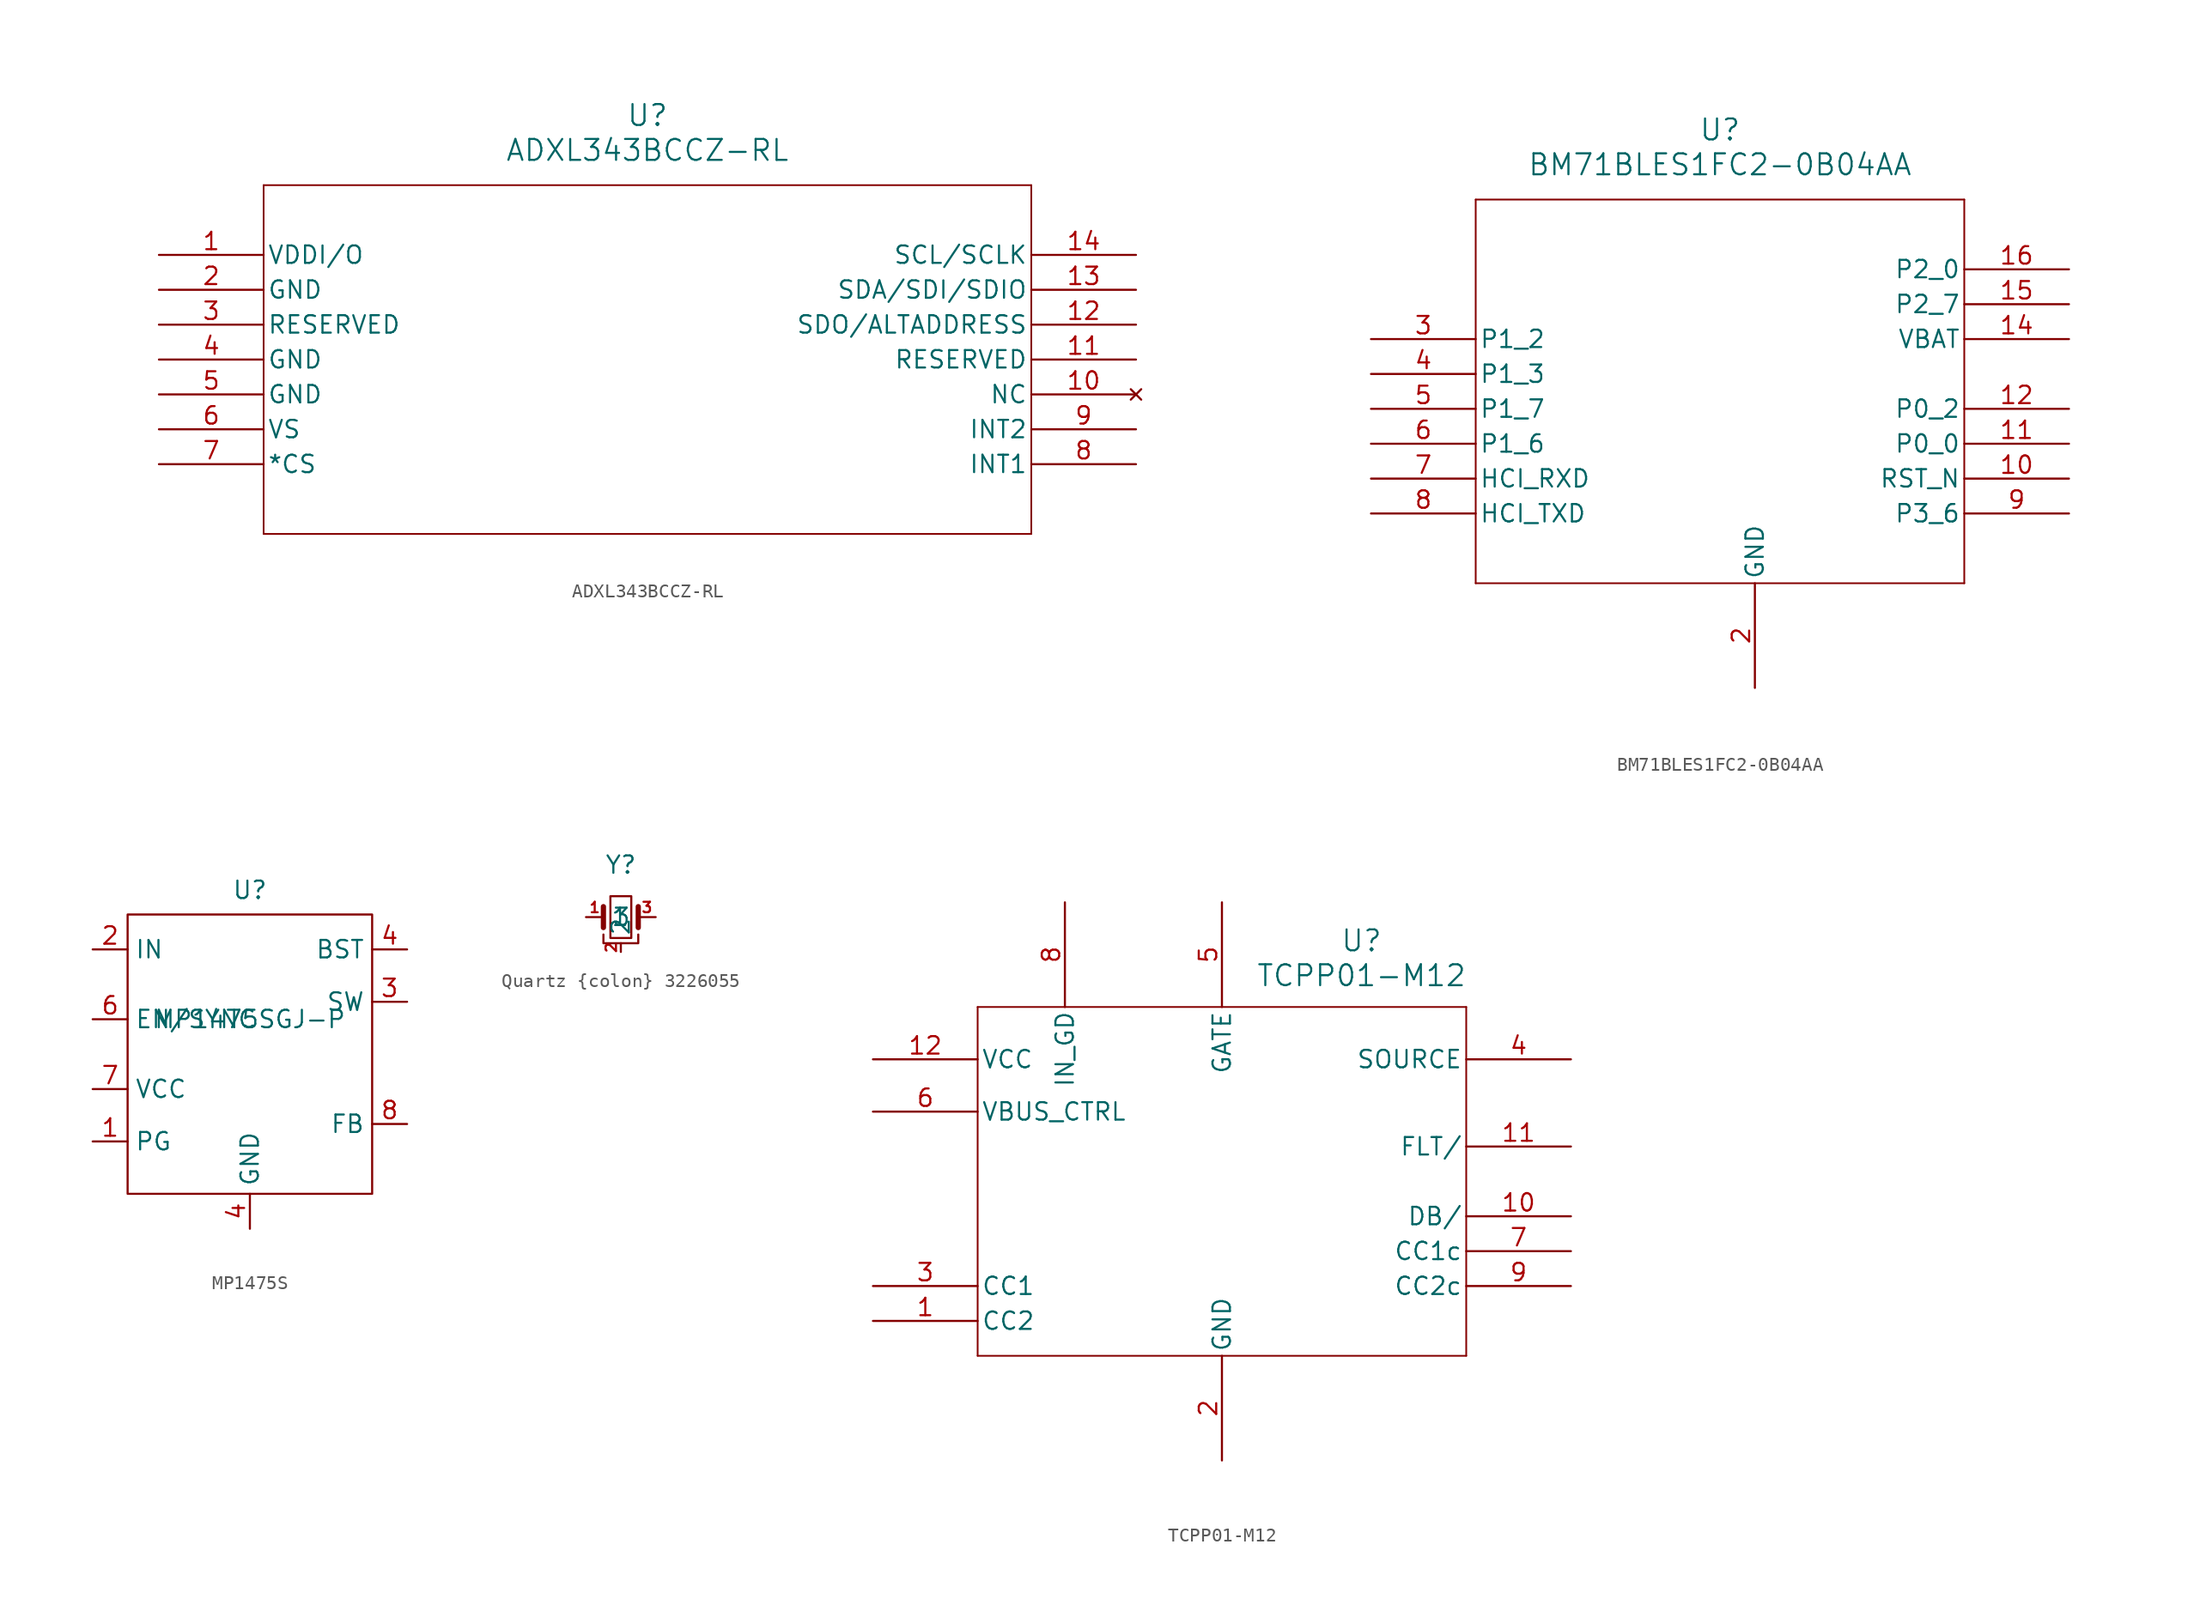
<source format=kicad_sym>
(kicad_symbol_lib
  (version 20241209)
  (generator "kicad_symbol_editor")
  (generator_version "9.0")
  (symbol "ADXL343BCCZ-RL"
    (pin_names
      (offset 0.254))
    (property "Reference" "U"
      (at 0 17.78 0)
      (effects (font (size 1.524 1.524))))
    (property "Value" "ADXL343BCCZ-RL"
      (at 0 15.24 0)
      (effects (font (size 1.524 1.524))))
    (property "ki_locked" ""
      (at 0 0 0)
      (effects (font (size 1.27 1.27))))
    (symbol "ADXL343BCCZ-RL_0_1"
      (polyline (pts (xy -27.94 12.7) (xy -27.94 -12.7)) (stroke (width 0.127) (type default)) (fill (type none)))
      (polyline (pts (xy -27.94 -12.7) (xy 27.94 -12.7)) (stroke (width 0.127) (type default)) (fill (type none)))
      (polyline (pts (xy 27.94 12.7) (xy -27.94 12.7)) (stroke (width 0.127) (type default)) (fill (type none)))
      (polyline (pts (xy 27.94 -12.7) (xy 27.94 12.7)) (stroke (width 0.127) (type default)) (fill (type none)))
      (pin power_in line (at -35.56 7.62 0) (length 7.62) (name "VDDI/O" (effects (font (size 1.27 1.27)))) (number "1" (effects (font (size 1.27 1.27)))))
      (pin power_out line (at -35.56 5.08 0) (length 7.62) (name "GND" (effects (font (size 1.27 1.27)))) (number "2" (effects (font (size 1.27 1.27)))))
      (pin unspecified line (at -35.56 2.54 0) (length 7.62) (name "RESERVED" (effects (font (size 1.27 1.27)))) (number "3" (effects (font (size 1.27 1.27)))))
      (pin power_out line (at -35.56 0 0) (length 7.62) (name "GND" (effects (font (size 1.27 1.27)))) (number "4" (effects (font (size 1.27 1.27)))))
      (pin power_out line (at -35.56 -2.54 0) (length 7.62) (name "GND" (effects (font (size 1.27 1.27)))) (number "5" (effects (font (size 1.27 1.27)))))
      (pin unspecified line (at -35.56 -5.08 0) (length 7.62) (name "VS" (effects (font (size 1.27 1.27)))) (number "6" (effects (font (size 1.27 1.27)))))
      (pin unspecified line (at -35.56 -7.62 0) (length 7.62) (name "*CS" (effects (font (size 1.27 1.27)))) (number "7" (effects (font (size 1.27 1.27)))))
      (pin unspecified line (at 35.56 7.62 180) (length 7.62) (name "SCL/SCLK" (effects (font (size 1.27 1.27)))) (number "14" (effects (font (size 1.27 1.27)))))
      (pin unspecified line (at 35.56 5.08 180) (length 7.62) (name "SDA/SDI/SDIO" (effects (font (size 1.27 1.27)))) (number "13" (effects (font (size 1.27 1.27)))))
      (pin unspecified line (at 35.56 2.54 180) (length 7.62) (name "SDO/ALTADDRESS" (effects (font (size 1.27 1.27)))) (number "12" (effects (font (size 1.27 1.27)))))
      (pin unspecified line (at 35.56 0 180) (length 7.62) (name "RESERVED" (effects (font (size 1.27 1.27)))) (number "11" (effects (font (size 1.27 1.27)))))
      (pin no_connect line (at 35.56 -2.54 180) (length 7.62) (name "NC" (effects (font (size 1.27 1.27)))) (number "10" (effects (font (size 1.27 1.27)))))
      (pin bidirectional line (at 35.56 -5.08 180) (length 7.62) (name "INT2" (effects (font (size 1.27 1.27)))) (number "9" (effects (font (size 1.27 1.27)))))
      (pin bidirectional line (at 35.56 -7.62 180) (length 7.62) (name "INT1" (effects (font (size 1.27 1.27)))) (number "8" (effects (font (size 1.27 1.27)))))))
  (symbol "BM71BLES1FC2-0B04AA"
    (pin_names
      (offset 0.254))
    (property "Reference" "U"
      (at 25.4 10.16 0)
      (effects (font (size 1.524 1.524))))
    (property "Value" "BM71BLES1FC2-0B04AA"
      (at 25.4 7.62 0)
      (effects (font (size 1.524 1.524))))
    (symbol "BM71BLES1FC2-0B04AA_0_1"
      (polyline (pts (xy 7.62 5.08) (xy 7.62 -22.86)) (stroke (width 0.127) (type default)) (fill (type none)))
      (polyline (pts (xy 7.62 -22.86) (xy 43.18 -22.86)) (stroke (width 0.127) (type default)) (fill (type none)))
      (polyline (pts (xy 43.18 5.08) (xy 7.62 5.08)) (stroke (width 0.127) (type default)) (fill (type none)))
      (polyline (pts (xy 43.18 -22.86) (xy 43.18 5.08)) (stroke (width 0.127) (type default)) (fill (type none)))
      (pin bidirectional line (at 0 -5.08 0) (length 7.62) (name "P1_2" (effects (font (size 1.27 1.27)))) (number "3" (effects (font (size 1.27 1.27)))))
      (pin bidirectional line (at 0 -7.62 0) (length 7.62) (name "P1_3" (effects (font (size 1.27 1.27)))) (number "4" (effects (font (size 1.27 1.27)))))
      (pin bidirectional line (at 0 -10.16 0) (length 7.62) (name "P1_7" (effects (font (size 1.27 1.27)))) (number "5" (effects (font (size 1.27 1.27)))))
      (pin bidirectional line (at 0 -12.7 0) (length 7.62) (name "P1_6" (effects (font (size 1.27 1.27)))) (number "6" (effects (font (size 1.27 1.27)))))
      (pin input line (at 0 -15.24 0) (length 7.62) (name "HCI_RXD" (effects (font (size 1.27 1.27)))) (number "7" (effects (font (size 1.27 1.27)))))
      (pin output line (at 0 -17.78 0) (length 7.62) (name "HCI_TXD" (effects (font (size 1.27 1.27)))) (number "8" (effects (font (size 1.27 1.27)))))
      (pin power_out line (at 27.94 -30.48 90) (length 7.62) (name "GND" (effects (font (size 1.27 1.27)))) (number "2" (effects (font (size 1.27 1.27)))))
      (pin input line (at 50.8 0 180) (length 7.62) (name "P2_0" (effects (font (size 1.27 1.27)))) (number "16" (effects (font (size 1.27 1.27)))))
      (pin bidirectional line (at 50.8 -2.54 180) (length 7.62) (name "P2_7" (effects (font (size 1.27 1.27)))) (number "15" (effects (font (size 1.27 1.27)))))
      (pin power_in line (at 50.8 -5.08 180) (length 7.62) (name "VBAT" (effects (font (size 1.27 1.27)))) (number "14" (effects (font (size 1.27 1.27)))))
      (pin bidirectional line (at 50.8 -10.16 180) (length 7.62) (name "P0_2" (effects (font (size 1.27 1.27)))) (number "12" (effects (font (size 1.27 1.27)))))
      (pin bidirectional line (at 50.8 -12.7 180) (length 7.62) (name "P0_0" (effects (font (size 1.27 1.27)))) (number "11" (effects (font (size 1.27 1.27)))))
      (pin input line (at 50.8 -15.24 180) (length 7.62) (name "RST_N" (effects (font (size 1.27 1.27)))) (number "10" (effects (font (size 1.27 1.27)))))
      (pin bidirectional line (at 50.8 -17.78 180) (length 7.62) (name "P3_6" (effects (font (size 1.27 1.27)))) (number "9" (effects (font (size 1.27 1.27))))))
    (symbol "BM71BLES1FC2-0B04AA_1_1"
      (pin no_connect line (at 0 0 0) (length 7.62) (hide yes) (name "NC" (effects (font (size 1.27 1.27)))) (number "1" (effects (font (size 1.27 1.27)))))
      (pin power_out line (at 27.94 -30.48 90) (length 7.62) (hide yes) (name "GND" (effects (font (size 1.27 1.27)))) (number "13" (effects (font (size 1.27 1.27)))))))
  (symbol "MP1475S"
    (property "Reference" "U"
      (at 0 9.398 0)
      (effects (font (size 1.27 1.27))))
    (property "Value" "MP1475SGJ-P"
      (at 0 0 0)
      (effects (font (size 1.27 1.27))))
    (symbol "MP1475S_0_1"
      (rectangle (start -8.89 7.62) (end 8.89 -12.7) (stroke (width 0) (type default)) (fill (type none))))
    (symbol "MP1475S_1_1"
      (pin input line (at -11.43 5.08 0) (length 2.54) (name "IN" (effects (font (size 1.27 1.27)))) (number "2" (effects (font (size 1.27 1.27)))))
      (pin input line (at -11.43 0 0) (length 2.54) (name "EN/SYNC" (effects (font (size 1.27 1.27)))) (number "6" (effects (font (size 1.27 1.27)))))
      (pin input line (at -11.43 -5.08 0) (length 2.54) (name "VCC" (effects (font (size 1.27 1.27)))) (number "7" (effects (font (size 1.27 1.27)))))
      (pin input line (at -11.43 -8.89 0) (length 2.54) (name "PG" (effects (font (size 1.27 1.27)))) (number "1" (effects (font (size 1.27 1.27)))))
      (pin input line (at 0 -15.24 90) (length 2.54) (name "GND" (effects (font (size 1.27 1.27)))) (number "4" (effects (font (size 1.27 1.27)))))
      (pin input line (at 11.43 5.08 180) (length 2.54) (name "BST" (effects (font (size 1.27 1.27)))) (number "4" (effects (font (size 1.27 1.27)))))
      (pin input line (at 11.43 1.27 180) (length 2.54) (name "SW" (effects (font (size 1.27 1.27)))) (number "3" (effects (font (size 1.27 1.27)))))
      (pin input line (at 11.43 -7.62 180) (length 2.54) (name "FB" (effects (font (size 1.27 1.27)))) (number "8" (effects (font (size 1.27 1.27)))))))
  (symbol "Quartz {colon} 3226055"
    (property "Reference" "Y"
      (at 0 3.81 0)
      (effects (font (size 1.27 1.27))))
    (property "Value" ""
      (at 0 0 0)
      (effects (font (size 1.27 1.27))))
    (symbol "Quartz {colon} 3226055_0_1"
      (polyline (pts (xy -1.27 -0.762) (xy -1.27 0.762)) (stroke (width 0.381) (type default)) (fill (type none)))
      (polyline (pts (xy -1.27 -1.27) (xy -1.27 -1.905) (xy 1.27 -1.905) (xy 1.27 -1.27)) (stroke (width 0) (type default)) (fill (type none)))
      (rectangle (start -0.762 -1.524) (end 0.762 1.524) (stroke (width 0) (type default)) (fill (type none)))
      (polyline (pts (xy 1.27 -0.762) (xy 1.27 0.762)) (stroke (width 0.381) (type default)) (fill (type none))))
    (symbol "Quartz {colon} 3226055_1_1"
      (pin passive line (at -2.54 0 0) (length 1.27) (name "1" (effects (font (size 1.27 1.27)))) (number "1" (effects (font (size 0.762 0.762)))))
      (pin passive line (at 0 -2.54 90) (length 0.635) (name "2" (effects (font (size 1.27 1.27)))) (number "2" (effects (font (size 0.762 0.762)))))
      (pin passive line (at 0 -2.54 90) (length 0.635) (hide yes) (name "4" (effects (font (size 1.27 1.27)))) (number "4" (effects (font (size 0.762 0.762)))))
      (pin passive line (at 2.54 0 180) (length 1.27) (name "3" (effects (font (size 1.27 1.27)))) (number "3" (effects (font (size 0.762 0.762)))))))
  (symbol "TCPP01-M12"
    (pin_names
      (offset 0.254))
    (property "Reference" "U"
      (at 35.56 9.906 0)
      (effects (font (size 1.524 1.524))))
    (property "Value" "TCPP01-M12"
      (at 35.56 7.366 0)
      (effects (font (size 1.524 1.524))))
    (property "ki_locked" ""
      (at 0 0 0)
      (effects (font (size 1.27 1.27))))
    (symbol "TCPP01-M12_0_1"
      (polyline (pts (xy 7.62 5.08) (xy 7.62 -20.32)) (stroke (width 0.127) (type default)) (fill (type none)))
      (polyline (pts (xy 7.62 -20.32) (xy 43.18 -20.32)) (stroke (width 0.127) (type default)) (fill (type none)))
      (polyline (pts (xy 43.18 5.08) (xy 7.62 5.08)) (stroke (width 0.127) (type default)) (fill (type none)))
      (polyline (pts (xy 43.18 -20.32) (xy 43.18 5.08)) (stroke (width 0.127) (type default)) (fill (type none)))
      (pin power_in line (at 0 1.27 0) (length 7.62) (name "VCC" (effects (font (size 1.27 1.27)))) (number "12" (effects (font (size 1.27 1.27)))))
      (pin unspecified line (at 0 -2.54 0) (length 7.62) (name "VBUS_CTRL" (effects (font (size 1.27 1.27)))) (number "6" (effects (font (size 1.27 1.27)))))
      (pin bidirectional line (at 0 -15.24 0) (length 7.62) (name "CC1" (effects (font (size 1.27 1.27)))) (number "3" (effects (font (size 1.27 1.27)))))
      (pin bidirectional line (at 0 -17.78 0) (length 7.62) (name "CC2" (effects (font (size 1.27 1.27)))) (number "1" (effects (font (size 1.27 1.27)))))
      (pin input line (at 13.97 12.7 270) (length 7.62) (name "IN_GD" (effects (font (size 1.27 1.27)))) (number "8" (effects (font (size 1.27 1.27)))))
      (pin unspecified line (at 25.4 12.7 270) (length 7.62) (name "GATE" (effects (font (size 1.27 1.27)))) (number "5" (effects (font (size 1.27 1.27)))))
      (pin power_out line (at 25.4 -27.94 90) (length 7.62) (name "GND" (effects (font (size 1.27 1.27)))) (number "2" (effects (font (size 1.27 1.27)))))
      (pin unspecified line (at 50.8 1.27 180) (length 7.62) (name "SOURCE" (effects (font (size 1.27 1.27)))) (number "4" (effects (font (size 1.27 1.27)))))
      (pin unspecified line (at 50.8 -5.08 180) (length 7.62) (name "FLT/" (effects (font (size 1.27 1.27)))) (number "11" (effects (font (size 1.27 1.27)))))
      (pin unspecified line (at 50.8 -10.16 180) (length 7.62) (name "DB/" (effects (font (size 1.27 1.27)))) (number "10" (effects (font (size 1.27 1.27)))))
      (pin bidirectional line (at 50.8 -12.7 180) (length 7.62) (name "CC1c" (effects (font (size 1.27 1.27)))) (number "7" (effects (font (size 1.27 1.27)))))
      (pin bidirectional line (at 50.8 -15.24 180) (length 7.62) (name "CC2c" (effects (font (size 1.27 1.27)))) (number "9" (effects (font (size 1.27 1.27))))))
    (symbol "TCPP01-M12_1_1"
      (pin power_out line (at 25.4 -20.32 270) (length 7.62) (hide yes) (name "GND" (effects (font (size 1.27 1.27)))) (number "13" (effects (font (size 1.27 1.27))))))))
</source>
